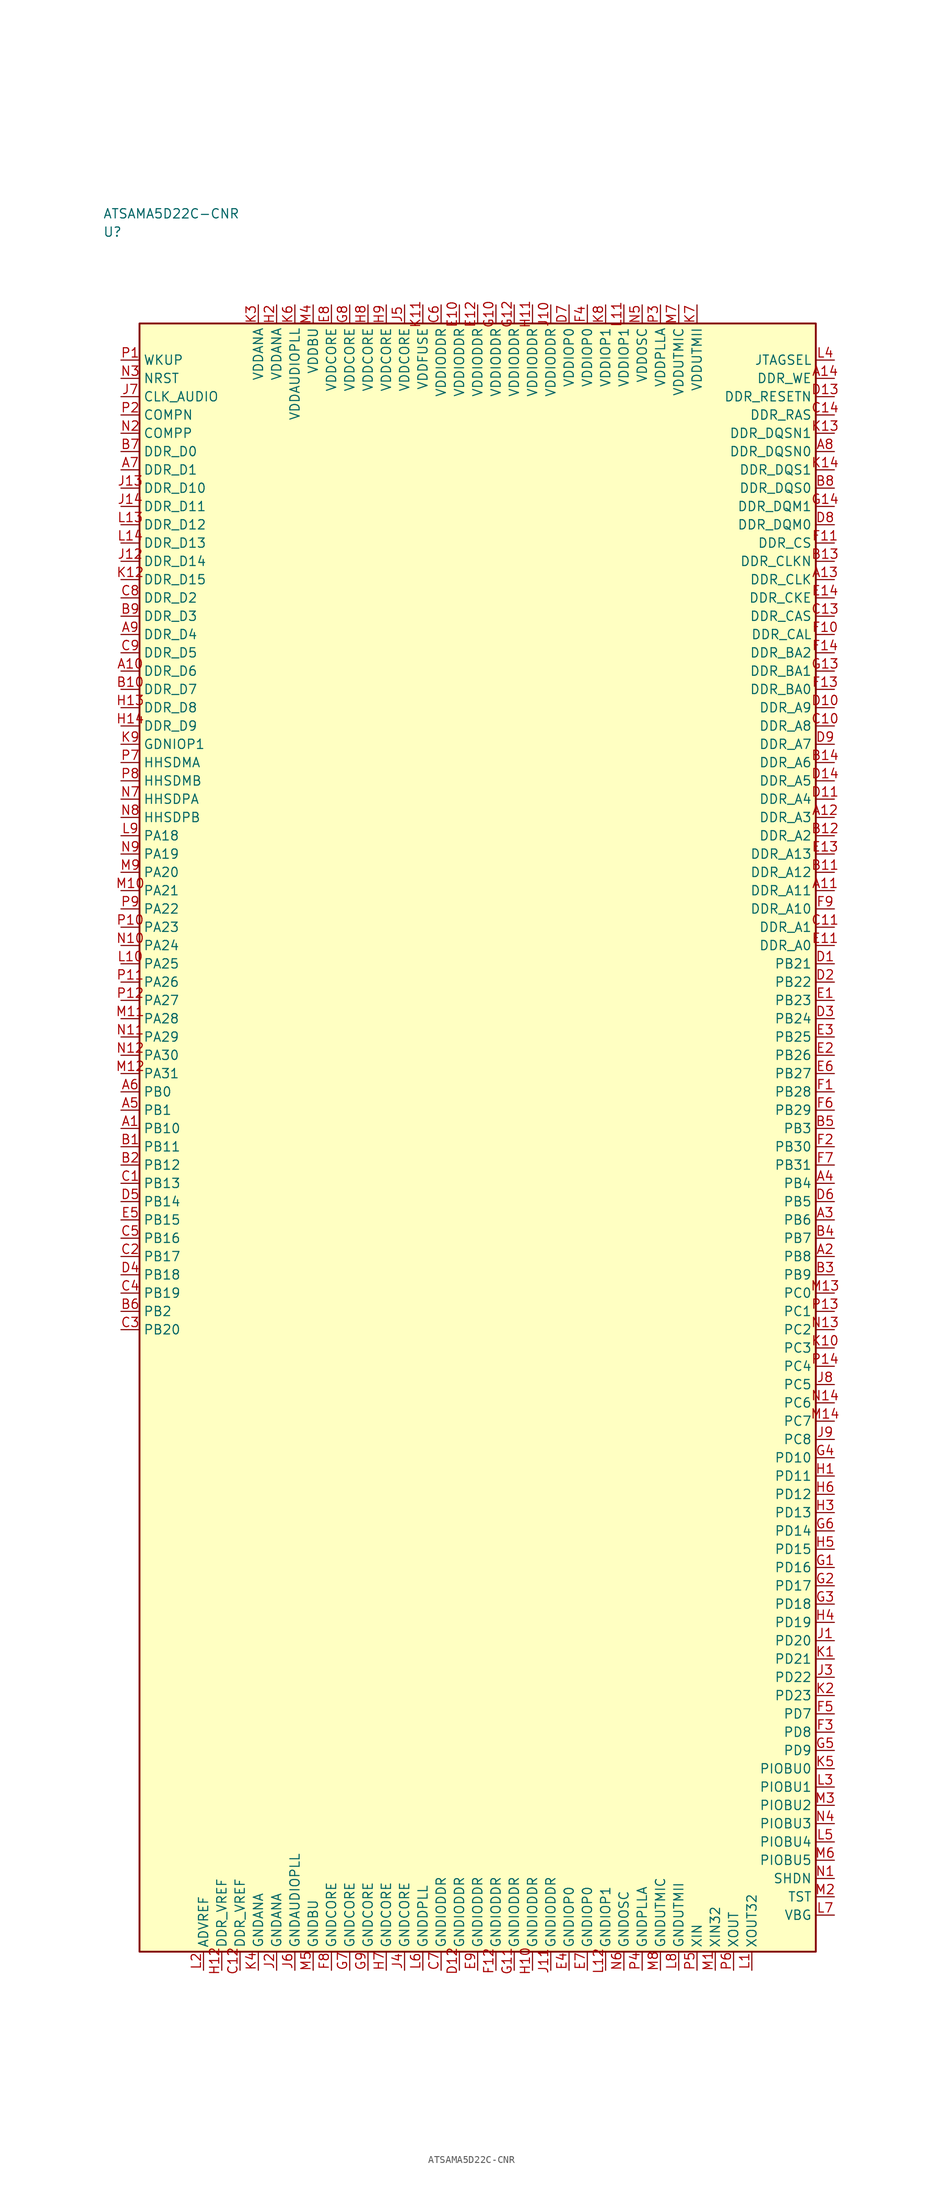
<source format=kicad_sym>
(kicad_symbol_lib
  (version 20241025)
  (generator "kicad_symbol_editor")
  (generator_version "8.0")
  (symbol "ATSAMA5D22C-CNR"
    (property "Reference" "U"
      (at -51.25 123.75 0)
      (effects (font (size 1.27 1.27)) (justify left)))
    (property "Value" "ATSAMA5D22C-CNR"
      (at -51.25 126.25 0)
      (effects (font (size 1.27 1.27)) (justify left)))
    (symbol "ATSAMA5D22C-CNR_0_1"
      (rectangle (start -46.25 111.25) (end 46.25 -111.25) (stroke (width 0.254) (type default)) (fill (type background))))
    (symbol "ATSAMA5D22C-CNR_1_1"
      (pin bidirectional line (at -48.79 41.25 0.0) (length 2.54) (name "PA18" (effects (font (size 1.27 1.27)))) (number "L9" (effects (font (size 1.27 1.27)))))
      (pin bidirectional line (at -48.79 38.75 0.0) (length 2.54) (name "PA19" (effects (font (size 1.27 1.27)))) (number "N9" (effects (font (size 1.27 1.27)))))
      (pin bidirectional line (at -48.79 36.25 0.0) (length 2.54) (name "PA20" (effects (font (size 1.27 1.27)))) (number "M9" (effects (font (size 1.27 1.27)))))
      (pin bidirectional line (at -48.79 33.75 0.0) (length 2.54) (name "PA21" (effects (font (size 1.27 1.27)))) (number "M10" (effects (font (size 1.27 1.27)))))
      (pin bidirectional line (at -48.79 31.25 0.0) (length 2.54) (name "PA22" (effects (font (size 1.27 1.27)))) (number "P9" (effects (font (size 1.27 1.27)))))
      (pin bidirectional line (at -48.79 28.75 0.0) (length 2.54) (name "PA23" (effects (font (size 1.27 1.27)))) (number "P10" (effects (font (size 1.27 1.27)))))
      (pin bidirectional line (at -48.79 26.25 0.0) (length 2.54) (name "PA24" (effects (font (size 1.27 1.27)))) (number "N10" (effects (font (size 1.27 1.27)))))
      (pin bidirectional line (at -48.79 23.75 0.0) (length 2.54) (name "PA25" (effects (font (size 1.27 1.27)))) (number "L10" (effects (font (size 1.27 1.27)))))
      (pin bidirectional line (at -48.79 21.25 0.0) (length 2.54) (name "PA26" (effects (font (size 1.27 1.27)))) (number "P11" (effects (font (size 1.27 1.27)))))
      (pin bidirectional line (at -48.79 18.75 0.0) (length 2.54) (name "PA27" (effects (font (size 1.27 1.27)))) (number "P12" (effects (font (size 1.27 1.27)))))
      (pin bidirectional line (at -48.79 16.25 0.0) (length 2.54) (name "PA28" (effects (font (size 1.27 1.27)))) (number "M11" (effects (font (size 1.27 1.27)))))
      (pin bidirectional line (at -48.79 13.75 0.0) (length 2.54) (name "PA29" (effects (font (size 1.27 1.27)))) (number "N11" (effects (font (size 1.27 1.27)))))
      (pin bidirectional line (at -48.79 11.25 0.0) (length 2.54) (name "PA30" (effects (font (size 1.27 1.27)))) (number "N12" (effects (font (size 1.27 1.27)))))
      (pin bidirectional line (at -48.79 8.75 0.0) (length 2.54) (name "PA31" (effects (font (size 1.27 1.27)))) (number "M12" (effects (font (size 1.27 1.27)))))
      (pin bidirectional line (at -48.79 6.25 0.0) (length 2.54) (name "PB0" (effects (font (size 1.27 1.27)))) (number "A6" (effects (font (size 1.27 1.27)))))
      (pin bidirectional line (at -48.79 3.75 0.0) (length 2.54) (name "PB1" (effects (font (size 1.27 1.27)))) (number "A5" (effects (font (size 1.27 1.27)))))
      (pin bidirectional line (at -48.79 -23.75 0.0) (length 2.54) (name "PB2" (effects (font (size 1.27 1.27)))) (number "B6" (effects (font (size 1.27 1.27)))))
      (pin bidirectional line (at 48.79 1.25 180.0) (length 2.54) (name "PB3" (effects (font (size 1.27 1.27)))) (number "B5" (effects (font (size 1.27 1.27)))))
      (pin bidirectional line (at 48.79 -6.25 180.0) (length 2.54) (name "PB4" (effects (font (size 1.27 1.27)))) (number "A4" (effects (font (size 1.27 1.27)))))
      (pin bidirectional line (at 48.79 -8.75 180.0) (length 2.54) (name "PB5" (effects (font (size 1.27 1.27)))) (number "D6" (effects (font (size 1.27 1.27)))))
      (pin bidirectional line (at 48.79 -11.25 180.0) (length 2.54) (name "PB6" (effects (font (size 1.27 1.27)))) (number "A3" (effects (font (size 1.27 1.27)))))
      (pin bidirectional line (at 48.79 -13.75 180.0) (length 2.54) (name "PB7" (effects (font (size 1.27 1.27)))) (number "B4" (effects (font (size 1.27 1.27)))))
      (pin bidirectional line (at 48.79 -16.25 180.0) (length 2.54) (name "PB8" (effects (font (size 1.27 1.27)))) (number "A2" (effects (font (size 1.27 1.27)))))
      (pin bidirectional line (at 48.79 -18.75 180.0) (length 2.54) (name "PB9" (effects (font (size 1.27 1.27)))) (number "B3" (effects (font (size 1.27 1.27)))))
      (pin bidirectional line (at -48.79 1.25 0.0) (length 2.54) (name "PB10" (effects (font (size 1.27 1.27)))) (number "A1" (effects (font (size 1.27 1.27)))))
      (pin bidirectional line (at -48.79 -1.25 0.0) (length 2.54) (name "PB11" (effects (font (size 1.27 1.27)))) (number "B1" (effects (font (size 1.27 1.27)))))
      (pin bidirectional line (at -48.79 -3.75 0.0) (length 2.54) (name "PB12" (effects (font (size 1.27 1.27)))) (number "B2" (effects (font (size 1.27 1.27)))))
      (pin bidirectional line (at -48.79 -6.25 0.0) (length 2.54) (name "PB13" (effects (font (size 1.27 1.27)))) (number "C1" (effects (font (size 1.27 1.27)))))
      (pin bidirectional line (at -48.79 -8.75 0.0) (length 2.54) (name "PB14" (effects (font (size 1.27 1.27)))) (number "D5" (effects (font (size 1.27 1.27)))))
      (pin bidirectional line (at -48.79 -11.25 0.0) (length 2.54) (name "PB15" (effects (font (size 1.27 1.27)))) (number "E5" (effects (font (size 1.27 1.27)))))
      (pin bidirectional line (at -48.79 -13.75 0.0) (length 2.54) (name "PB16" (effects (font (size 1.27 1.27)))) (number "C5" (effects (font (size 1.27 1.27)))))
      (pin bidirectional line (at -48.79 -16.25 0.0) (length 2.54) (name "PB17" (effects (font (size 1.27 1.27)))) (number "C2" (effects (font (size 1.27 1.27)))))
      (pin bidirectional line (at -48.79 -18.75 0.0) (length 2.54) (name "PB18" (effects (font (size 1.27 1.27)))) (number "D4" (effects (font (size 1.27 1.27)))))
      (pin bidirectional line (at -48.79 -21.25 0.0) (length 2.54) (name "PB19" (effects (font (size 1.27 1.27)))) (number "C4" (effects (font (size 1.27 1.27)))))
      (pin bidirectional line (at -48.79 -26.25 0.0) (length 2.54) (name "PB20" (effects (font (size 1.27 1.27)))) (number "C3" (effects (font (size 1.27 1.27)))))
      (pin bidirectional line (at 48.79 23.75 180.0) (length 2.54) (name "PB21" (effects (font (size 1.27 1.27)))) (number "D1" (effects (font (size 1.27 1.27)))))
      (pin bidirectional line (at 48.79 21.25 180.0) (length 2.54) (name "PB22" (effects (font (size 1.27 1.27)))) (number "D2" (effects (font (size 1.27 1.27)))))
      (pin bidirectional line (at 48.79 18.75 180.0) (length 2.54) (name "PB23" (effects (font (size 1.27 1.27)))) (number "E1" (effects (font (size 1.27 1.27)))))
      (pin bidirectional line (at 48.79 16.25 180.0) (length 2.54) (name "PB24" (effects (font (size 1.27 1.27)))) (number "D3" (effects (font (size 1.27 1.27)))))
      (pin bidirectional line (at 48.79 13.75 180.0) (length 2.54) (name "PB25" (effects (font (size 1.27 1.27)))) (number "E3" (effects (font (size 1.27 1.27)))))
      (pin bidirectional line (at 48.79 11.25 180.0) (length 2.54) (name "PB26" (effects (font (size 1.27 1.27)))) (number "E2" (effects (font (size 1.27 1.27)))))
      (pin bidirectional line (at 48.79 8.75 180.0) (length 2.54) (name "PB27" (effects (font (size 1.27 1.27)))) (number "E6" (effects (font (size 1.27 1.27)))))
      (pin bidirectional line (at 48.79 6.25 180.0) (length 2.54) (name "PB28" (effects (font (size 1.27 1.27)))) (number "F1" (effects (font (size 1.27 1.27)))))
      (pin bidirectional line (at 48.79 3.75 180.0) (length 2.54) (name "PB29" (effects (font (size 1.27 1.27)))) (number "F6" (effects (font (size 1.27 1.27)))))
      (pin bidirectional line (at 48.79 -1.25 180.0) (length 2.54) (name "PB30" (effects (font (size 1.27 1.27)))) (number "F2" (effects (font (size 1.27 1.27)))))
      (pin bidirectional line (at 48.79 -3.75 180.0) (length 2.54) (name "PB31" (effects (font (size 1.27 1.27)))) (number "F7" (effects (font (size 1.27 1.27)))))
      (pin bidirectional line (at 48.79 -21.25 180.0) (length 2.54) (name "PC0" (effects (font (size 1.27 1.27)))) (number "M13" (effects (font (size 1.27 1.27)))))
      (pin bidirectional line (at 48.79 -23.75 180.0) (length 2.54) (name "PC1" (effects (font (size 1.27 1.27)))) (number "P13" (effects (font (size 1.27 1.27)))))
      (pin bidirectional line (at 48.79 -26.25 180.0) (length 2.54) (name "PC2" (effects (font (size 1.27 1.27)))) (number "N13" (effects (font (size 1.27 1.27)))))
      (pin bidirectional line (at 48.79 -28.75 180.0) (length 2.54) (name "PC3" (effects (font (size 1.27 1.27)))) (number "K10" (effects (font (size 1.27 1.27)))))
      (pin bidirectional line (at 48.79 -31.25 180.0) (length 2.54) (name "PC4" (effects (font (size 1.27 1.27)))) (number "P14" (effects (font (size 1.27 1.27)))))
      (pin bidirectional line (at 48.79 -33.75 180.0) (length 2.54) (name "PC5" (effects (font (size 1.27 1.27)))) (number "J8" (effects (font (size 1.27 1.27)))))
      (pin bidirectional line (at 48.79 -36.25 180.0) (length 2.54) (name "PC6" (effects (font (size 1.27 1.27)))) (number "N14" (effects (font (size 1.27 1.27)))))
      (pin bidirectional line (at 48.79 -38.75 180.0) (length 2.54) (name "PC7" (effects (font (size 1.27 1.27)))) (number "M14" (effects (font (size 1.27 1.27)))))
      (pin bidirectional line (at 48.79 -41.25 180.0) (length 2.54) (name "PC8" (effects (font (size 1.27 1.27)))) (number "J9" (effects (font (size 1.27 1.27)))))
      (pin bidirectional line (at 48.79 -78.75 180.0) (length 2.54) (name "PD7" (effects (font (size 1.27 1.27)))) (number "F5" (effects (font (size 1.27 1.27)))))
      (pin bidirectional line (at 48.79 -81.25 180.0) (length 2.54) (name "PD8" (effects (font (size 1.27 1.27)))) (number "F3" (effects (font (size 1.27 1.27)))))
      (pin bidirectional line (at 48.79 -83.75 180.0) (length 2.54) (name "PD9" (effects (font (size 1.27 1.27)))) (number "G5" (effects (font (size 1.27 1.27)))))
      (pin bidirectional line (at 48.79 -43.75 180.0) (length 2.54) (name "PD10" (effects (font (size 1.27 1.27)))) (number "G4" (effects (font (size 1.27 1.27)))))
      (pin bidirectional line (at 48.79 -46.25 180.0) (length 2.54) (name "PD11" (effects (font (size 1.27 1.27)))) (number "H1" (effects (font (size 1.27 1.27)))))
      (pin bidirectional line (at 48.79 -48.75 180.0) (length 2.54) (name "PD12" (effects (font (size 1.27 1.27)))) (number "H6" (effects (font (size 1.27 1.27)))))
      (pin bidirectional line (at 48.79 -51.25 180.0) (length 2.54) (name "PD13" (effects (font (size 1.27 1.27)))) (number "H3" (effects (font (size 1.27 1.27)))))
      (pin bidirectional line (at 48.79 -53.75 180.0) (length 2.54) (name "PD14" (effects (font (size 1.27 1.27)))) (number "G6" (effects (font (size 1.27 1.27)))))
      (pin bidirectional line (at 48.79 -56.25 180.0) (length 2.54) (name "PD15" (effects (font (size 1.27 1.27)))) (number "H5" (effects (font (size 1.27 1.27)))))
      (pin bidirectional line (at 48.79 -58.75 180.0) (length 2.54) (name "PD16" (effects (font (size 1.27 1.27)))) (number "G1" (effects (font (size 1.27 1.27)))))
      (pin bidirectional line (at 48.79 -61.25 180.0) (length 2.54) (name "PD17" (effects (font (size 1.27 1.27)))) (number "G2" (effects (font (size 1.27 1.27)))))
      (pin bidirectional line (at 48.79 -63.75 180.0) (length 2.54) (name "PD18" (effects (font (size 1.27 1.27)))) (number "G3" (effects (font (size 1.27 1.27)))))
      (pin bidirectional line (at 48.79 -66.25 180.0) (length 2.54) (name "PD19" (effects (font (size 1.27 1.27)))) (number "H4" (effects (font (size 1.27 1.27)))))
      (pin bidirectional line (at 48.79 -68.75 180.0) (length 2.54) (name "PD20" (effects (font (size 1.27 1.27)))) (number "J1" (effects (font (size 1.27 1.27)))))
      (pin bidirectional line (at 48.79 -71.25 180.0) (length 2.54) (name "PD21" (effects (font (size 1.27 1.27)))) (number "K1" (effects (font (size 1.27 1.27)))))
      (pin bidirectional line (at 48.79 -73.75 180.0) (length 2.54) (name "PD22" (effects (font (size 1.27 1.27)))) (number "J3" (effects (font (size 1.27 1.27)))))
      (pin bidirectional line (at 48.79 -76.25 180.0) (length 2.54) (name "PD23" (effects (font (size 1.27 1.27)))) (number "K2" (effects (font (size 1.27 1.27)))))
      (pin power_in line (at -30.0 113.79 270.0) (length 2.54) (name "VDDANA" (effects (font (size 1.27 1.27)))) (number "K3" (effects (font (size 1.27 1.27)))))
      (pin passive line (at -30.0 -113.79 90.0) (length 2.54) (name "GNDANA" (effects (font (size 1.27 1.27)))) (number "K4" (effects (font (size 1.27 1.27)))))
      (pin passive line (at -37.5 -113.79 90.0) (length 2.54) (name "ADVREF" (effects (font (size 1.27 1.27)))) (number "L2" (effects (font (size 1.27 1.27)))))
      (pin power_in line (at -27.5 113.79 270.0) (length 2.54) (name "VDDANA" (effects (font (size 1.27 1.27)))) (number "H2" (effects (font (size 1.27 1.27)))))
      (pin passive line (at -27.5 -113.79 90.0) (length 2.54) (name "GNDANA" (effects (font (size 1.27 1.27)))) (number "J2" (effects (font (size 1.27 1.27)))))
      (pin passive line (at -35.0 -113.79 90.0) (length 2.54) (name "DDR_VREF" (effects (font (size 1.27 1.27)))) (number "H12" (effects (font (size 1.27 1.27)))))
      (pin passive line (at -32.5 -113.79 90.0) (length 2.54) (name "DDR_VREF" (effects (font (size 1.27 1.27)))) (number "C12" (effects (font (size 1.27 1.27)))))
      (pin bidirectional line (at -48.79 93.75 0.0) (length 2.54) (name "DDR_D0" (effects (font (size 1.27 1.27)))) (number "B7" (effects (font (size 1.27 1.27)))))
      (pin bidirectional line (at -48.79 91.25 0.0) (length 2.54) (name "DDR_D1" (effects (font (size 1.27 1.27)))) (number "A7" (effects (font (size 1.27 1.27)))))
      (pin bidirectional line (at -48.79 73.75 0.0) (length 2.54) (name "DDR_D2" (effects (font (size 1.27 1.27)))) (number "C8" (effects (font (size 1.27 1.27)))))
      (pin bidirectional line (at -48.79 71.25 0.0) (length 2.54) (name "DDR_D3" (effects (font (size 1.27 1.27)))) (number "B9" (effects (font (size 1.27 1.27)))))
      (pin bidirectional line (at -48.79 68.75 0.0) (length 2.54) (name "DDR_D4" (effects (font (size 1.27 1.27)))) (number "A9" (effects (font (size 1.27 1.27)))))
      (pin bidirectional line (at -48.79 66.25 0.0) (length 2.54) (name "DDR_D5" (effects (font (size 1.27 1.27)))) (number "C9" (effects (font (size 1.27 1.27)))))
      (pin bidirectional line (at -48.79 63.75 0.0) (length 2.54) (name "DDR_D6" (effects (font (size 1.27 1.27)))) (number "A10" (effects (font (size 1.27 1.27)))))
      (pin bidirectional line (at -48.79 61.25 0.0) (length 2.54) (name "DDR_D7" (effects (font (size 1.27 1.27)))) (number "B10" (effects (font (size 1.27 1.27)))))
      (pin bidirectional line (at -48.79 58.75 0.0) (length 2.54) (name "DDR_D8" (effects (font (size 1.27 1.27)))) (number "H13" (effects (font (size 1.27 1.27)))))
      (pin bidirectional line (at -48.79 56.25 0.0) (length 2.54) (name "DDR_D9" (effects (font (size 1.27 1.27)))) (number "H14" (effects (font (size 1.27 1.27)))))
      (pin bidirectional line (at -48.79 88.75 0.0) (length 2.54) (name "DDR_D10" (effects (font (size 1.27 1.27)))) (number "J13" (effects (font (size 1.27 1.27)))))
      (pin bidirectional line (at -48.79 86.25 0.0) (length 2.54) (name "DDR_D11" (effects (font (size 1.27 1.27)))) (number "J14" (effects (font (size 1.27 1.27)))))
      (pin bidirectional line (at -48.79 83.75 0.0) (length 2.54) (name "DDR_D12" (effects (font (size 1.27 1.27)))) (number "L13" (effects (font (size 1.27 1.27)))))
      (pin bidirectional line (at -48.79 81.25 0.0) (length 2.54) (name "DDR_D13" (effects (font (size 1.27 1.27)))) (number "L14" (effects (font (size 1.27 1.27)))))
      (pin bidirectional line (at -48.79 78.75 0.0) (length 2.54) (name "DDR_D14" (effects (font (size 1.27 1.27)))) (number "J12" (effects (font (size 1.27 1.27)))))
      (pin bidirectional line (at -48.79 76.25 0.0) (length 2.54) (name "DDR_D15" (effects (font (size 1.27 1.27)))) (number "K12" (effects (font (size 1.27 1.27)))))
      (pin output line (at 48.79 26.25 180.0) (length 2.54) (name "DDR_A0" (effects (font (size 1.27 1.27)))) (number "E11" (effects (font (size 1.27 1.27)))))
      (pin output line (at 48.79 28.75 180.0) (length 2.54) (name "DDR_A1" (effects (font (size 1.27 1.27)))) (number "C11" (effects (font (size 1.27 1.27)))))
      (pin output line (at 48.79 41.25 180.0) (length 2.54) (name "DDR_A2" (effects (font (size 1.27 1.27)))) (number "B12" (effects (font (size 1.27 1.27)))))
      (pin output line (at 48.79 43.75 180.0) (length 2.54) (name "DDR_A3" (effects (font (size 1.27 1.27)))) (number "A12" (effects (font (size 1.27 1.27)))))
      (pin output line (at 48.79 46.25 180.0) (length 2.54) (name "DDR_A4" (effects (font (size 1.27 1.27)))) (number "D11" (effects (font (size 1.27 1.27)))))
      (pin output line (at 48.79 48.75 180.0) (length 2.54) (name "DDR_A5" (effects (font (size 1.27 1.27)))) (number "D14" (effects (font (size 1.27 1.27)))))
      (pin output line (at 48.79 51.25 180.0) (length 2.54) (name "DDR_A6" (effects (font (size 1.27 1.27)))) (number "B14" (effects (font (size 1.27 1.27)))))
      (pin output line (at 48.79 53.75 180.0) (length 2.54) (name "DDR_A7" (effects (font (size 1.27 1.27)))) (number "D9" (effects (font (size 1.27 1.27)))))
      (pin output line (at 48.79 56.25 180.0) (length 2.54) (name "DDR_A8" (effects (font (size 1.27 1.27)))) (number "C10" (effects (font (size 1.27 1.27)))))
      (pin output line (at 48.79 58.75 180.0) (length 2.54) (name "DDR_A9" (effects (font (size 1.27 1.27)))) (number "D10" (effects (font (size 1.27 1.27)))))
      (pin output line (at 48.79 31.25 180.0) (length 2.54) (name "DDR_A10" (effects (font (size 1.27 1.27)))) (number "F9" (effects (font (size 1.27 1.27)))))
      (pin output line (at 48.79 33.75 180.0) (length 2.54) (name "DDR_A11" (effects (font (size 1.27 1.27)))) (number "A11" (effects (font (size 1.27 1.27)))))
      (pin output line (at 48.79 36.25 180.0) (length 2.54) (name "DDR_A12" (effects (font (size 1.27 1.27)))) (number "B11" (effects (font (size 1.27 1.27)))))
      (pin output line (at 48.79 38.75 180.0) (length 2.54) (name "DDR_A13" (effects (font (size 1.27 1.27)))) (number "E13" (effects (font (size 1.27 1.27)))))
      (pin output line (at 48.79 76.25 180.0) (length 2.54) (name "DDR_CLK" (effects (font (size 1.27 1.27)))) (number "A13" (effects (font (size 1.27 1.27)))))
      (pin output line (at 48.79 78.75 180.0) (length 2.54) (name "DDR_CLKN" (effects (font (size 1.27 1.27)))) (number "B13" (effects (font (size 1.27 1.27)))))
      (pin output line (at 48.79 73.75 180.0) (length 2.54) (name "DDR_CKE" (effects (font (size 1.27 1.27)))) (number "E14" (effects (font (size 1.27 1.27)))))
      (pin output line (at 48.79 101.25 180.0) (length 2.54) (name "DDR_RESETN" (effects (font (size 1.27 1.27)))) (number "D13" (effects (font (size 1.27 1.27)))))
      (pin output line (at 48.79 81.25 180.0) (length 2.54) (name "DDR_CS" (effects (font (size 1.27 1.27)))) (number "F11" (effects (font (size 1.27 1.27)))))
      (pin output line (at 48.79 103.75 180.0) (length 2.54) (name "DDR_WE" (effects (font (size 1.27 1.27)))) (number "A14" (effects (font (size 1.27 1.27)))))
      (pin output line (at 48.79 98.75 180.0) (length 2.54) (name "DDR_RAS" (effects (font (size 1.27 1.27)))) (number "C14" (effects (font (size 1.27 1.27)))))
      (pin output line (at 48.79 71.25 180.0) (length 2.54) (name "DDR_CAS" (effects (font (size 1.27 1.27)))) (number "C13" (effects (font (size 1.27 1.27)))))
      (pin output line (at 48.79 83.75 180.0) (length 2.54) (name "DDR_DQM0" (effects (font (size 1.27 1.27)))) (number "D8" (effects (font (size 1.27 1.27)))))
      (pin output line (at 48.79 86.25 180.0) (length 2.54) (name "DDR_DQM1" (effects (font (size 1.27 1.27)))) (number "G14" (effects (font (size 1.27 1.27)))))
      (pin output line (at 48.79 88.75 180.0) (length 2.54) (name "DDR_DQS0" (effects (font (size 1.27 1.27)))) (number "B8" (effects (font (size 1.27 1.27)))))
      (pin output line (at 48.79 91.25 180.0) (length 2.54) (name "DDR_DQS1" (effects (font (size 1.27 1.27)))) (number "K14" (effects (font (size 1.27 1.27)))))
      (pin output line (at 48.79 93.75 180.0) (length 2.54) (name "DDR_DQSN0" (effects (font (size 1.27 1.27)))) (number "A8" (effects (font (size 1.27 1.27)))))
      (pin output line (at 48.79 96.25 180.0) (length 2.54) (name "DDR_DQSN1" (effects (font (size 1.27 1.27)))) (number "K13" (effects (font (size 1.27 1.27)))))
      (pin output line (at 48.79 61.25 180.0) (length 2.54) (name "DDR_BA0" (effects (font (size 1.27 1.27)))) (number "F13" (effects (font (size 1.27 1.27)))))
      (pin output line (at 48.79 63.75 180.0) (length 2.54) (name "DDR_BA1" (effects (font (size 1.27 1.27)))) (number "G13" (effects (font (size 1.27 1.27)))))
      (pin output line (at 48.79 66.25 180.0) (length 2.54) (name "DDR_BA2" (effects (font (size 1.27 1.27)))) (number "F14" (effects (font (size 1.27 1.27)))))
      (pin output line (at 48.79 68.75 180.0) (length 2.54) (name "DDR_CAL" (effects (font (size 1.27 1.27)))) (number "F10" (effects (font (size 1.27 1.27)))))
      (pin power_in line (at -5.0 113.79 270.0) (length 2.54) (name "VDDIODDR" (effects (font (size 1.27 1.27)))) (number "C6" (effects (font (size 1.27 1.27)))))
      (pin power_in line (at -2.5 113.79 270.0) (length 2.54) (name "VDDIODDR" (effects (font (size 1.27 1.27)))) (number "E10" (effects (font (size 1.27 1.27)))))
      (pin power_in line (at 0.0 113.79 270.0) (length 2.54) (name "VDDIODDR" (effects (font (size 1.27 1.27)))) (number "E12" (effects (font (size 1.27 1.27)))))
      (pin power_in line (at 2.5 113.79 270.0) (length 2.54) (name "VDDIODDR" (effects (font (size 1.27 1.27)))) (number "G10" (effects (font (size 1.27 1.27)))))
      (pin power_in line (at 5.0 113.79 270.0) (length 2.54) (name "VDDIODDR" (effects (font (size 1.27 1.27)))) (number "G12" (effects (font (size 1.27 1.27)))))
      (pin power_in line (at 7.5 113.79 270.0) (length 2.54) (name "VDDIODDR" (effects (font (size 1.27 1.27)))) (number "H11" (effects (font (size 1.27 1.27)))))
      (pin power_in line (at 10.0 113.79 270.0) (length 2.54) (name "VDDIODDR" (effects (font (size 1.27 1.27)))) (number "J10" (effects (font (size 1.27 1.27)))))
      (pin passive line (at -5.0 -113.79 90.0) (length 2.54) (name "GNDIODDR" (effects (font (size 1.27 1.27)))) (number "C7" (effects (font (size 1.27 1.27)))))
      (pin passive line (at -2.5 -113.79 90.0) (length 2.54) (name "GNDIODDR" (effects (font (size 1.27 1.27)))) (number "D12" (effects (font (size 1.27 1.27)))))
      (pin passive line (at 0.0 -113.79 90.0) (length 2.54) (name "GNDIODDR" (effects (font (size 1.27 1.27)))) (number "E9" (effects (font (size 1.27 1.27)))))
      (pin passive line (at 2.5 -113.79 90.0) (length 2.54) (name "GNDIODDR" (effects (font (size 1.27 1.27)))) (number "F12" (effects (font (size 1.27 1.27)))))
      (pin passive line (at 5.0 -113.79 90.0) (length 2.54) (name "GNDIODDR" (effects (font (size 1.27 1.27)))) (number "G11" (effects (font (size 1.27 1.27)))))
      (pin passive line (at 7.5 -113.79 90.0) (length 2.54) (name "GNDIODDR" (effects (font (size 1.27 1.27)))) (number "H10" (effects (font (size 1.27 1.27)))))
      (pin passive line (at 10.0 -113.79 90.0) (length 2.54) (name "GNDIODDR" (effects (font (size 1.27 1.27)))) (number "J11" (effects (font (size 1.27 1.27)))))
      (pin power_in line (at -20.0 113.79 270.0) (length 2.54) (name "VDDCORE" (effects (font (size 1.27 1.27)))) (number "E8" (effects (font (size 1.27 1.27)))))
      (pin power_in line (at -17.5 113.79 270.0) (length 2.54) (name "VDDCORE" (effects (font (size 1.27 1.27)))) (number "G8" (effects (font (size 1.27 1.27)))))
      (pin power_in line (at -15.0 113.79 270.0) (length 2.54) (name "VDDCORE" (effects (font (size 1.27 1.27)))) (number "H8" (effects (font (size 1.27 1.27)))))
      (pin power_in line (at -12.5 113.79 270.0) (length 2.54) (name "VDDCORE" (effects (font (size 1.27 1.27)))) (number "H9" (effects (font (size 1.27 1.27)))))
      (pin power_in line (at -10.0 113.79 270.0) (length 2.54) (name "VDDCORE" (effects (font (size 1.27 1.27)))) (number "J5" (effects (font (size 1.27 1.27)))))
      (pin passive line (at -20.0 -113.79 90.0) (length 2.54) (name "GNDCORE" (effects (font (size 1.27 1.27)))) (number "F8" (effects (font (size 1.27 1.27)))))
      (pin passive line (at -17.5 -113.79 90.0) (length 2.54) (name "GNDCORE" (effects (font (size 1.27 1.27)))) (number "G7" (effects (font (size 1.27 1.27)))))
      (pin passive line (at -15.0 -113.79 90.0) (length 2.54) (name "GNDCORE" (effects (font (size 1.27 1.27)))) (number "G9" (effects (font (size 1.27 1.27)))))
      (pin passive line (at -12.5 -113.79 90.0) (length 2.54) (name "GNDCORE" (effects (font (size 1.27 1.27)))) (number "H7" (effects (font (size 1.27 1.27)))))
      (pin passive line (at -10.0 -113.79 90.0) (length 2.54) (name "GNDCORE" (effects (font (size 1.27 1.27)))) (number "J4" (effects (font (size 1.27 1.27)))))
      (pin power_in line (at 12.5 113.79 270.0) (length 2.54) (name "VDDIOP0" (effects (font (size 1.27 1.27)))) (number "D7" (effects (font (size 1.27 1.27)))))
      (pin power_in line (at 15.0 113.79 270.0) (length 2.54) (name "VDDIOP0" (effects (font (size 1.27 1.27)))) (number "F4" (effects (font (size 1.27 1.27)))))
      (pin passive line (at 12.5 -113.79 90.0) (length 2.54) (name "GNDIOP0" (effects (font (size 1.27 1.27)))) (number "E4" (effects (font (size 1.27 1.27)))))
      (pin passive line (at 15.0 -113.79 90.0) (length 2.54) (name "GNDIOP0" (effects (font (size 1.27 1.27)))) (number "E7" (effects (font (size 1.27 1.27)))))
      (pin power_in line (at 17.5 113.79 270.0) (length 2.54) (name "VDDIOP1" (effects (font (size 1.27 1.27)))) (number "K8" (effects (font (size 1.27 1.27)))))
      (pin power_in line (at 20.0 113.79 270.0) (length 2.54) (name "VDDIOP1" (effects (font (size 1.27 1.27)))) (number "L11" (effects (font (size 1.27 1.27)))))
      (pin bidirectional line (at -48.79 53.75 0.0) (length 2.54) (name "GDNIOP1" (effects (font (size 1.27 1.27)))) (number "K9" (effects (font (size 1.27 1.27)))))
      (pin passive line (at 17.5 -113.79 90.0) (length 2.54) (name "GNDIOP1" (effects (font (size 1.27 1.27)))) (number "L12" (effects (font (size 1.27 1.27)))))
      (pin power_in line (at -7.5 113.79 270.0) (length 2.54) (name "VDDFUSE" (effects (font (size 1.27 1.27)))) (number "K11" (effects (font (size 1.27 1.27)))))
      (pin power_in line (at 25.0 113.79 270.0) (length 2.54) (name "VDDPLLA" (effects (font (size 1.27 1.27)))) (number "P3" (effects (font (size 1.27 1.27)))))
      (pin passive line (at 22.5 -113.79 90.0) (length 2.54) (name "GNDPLLA" (effects (font (size 1.27 1.27)))) (number "P4" (effects (font (size 1.27 1.27)))))
      (pin power_in line (at -25.0 113.79 270.0) (length 2.54) (name "VDDAUDIOPLL" (effects (font (size 1.27 1.27)))) (number "K6" (effects (font (size 1.27 1.27)))))
      (pin passive line (at -7.5 -113.79 90.0) (length 2.54) (name "GNDDPLL" (effects (font (size 1.27 1.27)))) (number "L6" (effects (font (size 1.27 1.27)))))
      (pin passive line (at -25.0 -113.79 90.0) (length 2.54) (name "GNDAUDIOPLL" (effects (font (size 1.27 1.27)))) (number "J6" (effects (font (size 1.27 1.27)))))
      (pin bidirectional line (at -48.79 101.25 0.0) (length 2.54) (name "CLK_AUDIO" (effects (font (size 1.27 1.27)))) (number "J7" (effects (font (size 1.27 1.27)))))
      (pin passive line (at 30.0 -113.79 90.0) (length 2.54) (name "XIN" (effects (font (size 1.27 1.27)))) (number "P5" (effects (font (size 1.27 1.27)))))
      (pin passive line (at 35.0 -113.79 90.0) (length 2.54) (name "XOUT" (effects (font (size 1.27 1.27)))) (number "P6" (effects (font (size 1.27 1.27)))))
      (pin power_in line (at 22.5 113.79 270.0) (length 2.54) (name "VDDOSC" (effects (font (size 1.27 1.27)))) (number "N5" (effects (font (size 1.27 1.27)))))
      (pin passive line (at 20.0 -113.79 90.0) (length 2.54) (name "GNDOSC" (effects (font (size 1.27 1.27)))) (number "N6" (effects (font (size 1.27 1.27)))))
      (pin power_in line (at 30.0 113.79 270.0) (length 2.54) (name "VDDUTMII" (effects (font (size 1.27 1.27)))) (number "K7" (effects (font (size 1.27 1.27)))))
      (pin passive line (at 27.5 -113.79 90.0) (length 2.54) (name "GNDUTMII" (effects (font (size 1.27 1.27)))) (number "L8" (effects (font (size 1.27 1.27)))))
      (pin bidirectional line (at -48.79 46.25 0.0) (length 2.54) (name "HHSDPA" (effects (font (size 1.27 1.27)))) (number "N7" (effects (font (size 1.27 1.27)))))
      (pin bidirectional line (at -48.79 51.25 0.0) (length 2.54) (name "HHSDMA" (effects (font (size 1.27 1.27)))) (number "P7" (effects (font (size 1.27 1.27)))))
      (pin bidirectional line (at -48.79 43.75 0.0) (length 2.54) (name "HHSDPB" (effects (font (size 1.27 1.27)))) (number "N8" (effects (font (size 1.27 1.27)))))
      (pin bidirectional line (at -48.79 48.75 0.0) (length 2.54) (name "HHSDMB" (effects (font (size 1.27 1.27)))) (number "P8" (effects (font (size 1.27 1.27)))))
      (pin power_in line (at 27.5 113.79 270.0) (length 2.54) (name "VDDUTMIC" (effects (font (size 1.27 1.27)))) (number "M7" (effects (font (size 1.27 1.27)))))
      (pin passive line (at 25.0 -113.79 90.0) (length 2.54) (name "GNDUTMIC" (effects (font (size 1.27 1.27)))) (number "M8" (effects (font (size 1.27 1.27)))))
      (pin bidirectional line (at 48.79 -106.25 180.0) (length 2.54) (name "VBG" (effects (font (size 1.27 1.27)))) (number "L7" (effects (font (size 1.27 1.27)))))
      (pin bidirectional line (at 48.79 -103.75 180.0) (length 2.54) (name "TST" (effects (font (size 1.27 1.27)))) (number "M2" (effects (font (size 1.27 1.27)))))
      (pin input line (at -48.79 103.75 0.0) (length 2.54) (name "NRST" (effects (font (size 1.27 1.27)))) (number "N3" (effects (font (size 1.27 1.27)))))
      (pin output line (at 48.79 106.25 180.0) (length 2.54) (name "JTAGSEL" (effects (font (size 1.27 1.27)))) (number "L4" (effects (font (size 1.27 1.27)))))
      (pin input line (at -48.79 106.25 0.0) (length 2.54) (name "WKUP" (effects (font (size 1.27 1.27)))) (number "P1" (effects (font (size 1.27 1.27)))))
      (pin bidirectional line (at 48.79 -101.25 180.0) (length 2.54) (name "SHDN" (effects (font (size 1.27 1.27)))) (number "N1" (effects (font (size 1.27 1.27)))))
      (pin bidirectional line (at 48.79 -86.25 180.0) (length 2.54) (name "PIOBU0" (effects (font (size 1.27 1.27)))) (number "K5" (effects (font (size 1.27 1.27)))))
      (pin bidirectional line (at 48.79 -88.75 180.0) (length 2.54) (name "PIOBU1" (effects (font (size 1.27 1.27)))) (number "L3" (effects (font (size 1.27 1.27)))))
      (pin bidirectional line (at 48.79 -91.25 180.0) (length 2.54) (name "PIOBU2" (effects (font (size 1.27 1.27)))) (number "M3" (effects (font (size 1.27 1.27)))))
      (pin bidirectional line (at 48.79 -93.75 180.0) (length 2.54) (name "PIOBU3" (effects (font (size 1.27 1.27)))) (number "N4" (effects (font (size 1.27 1.27)))))
      (pin bidirectional line (at 48.79 -96.25 180.0) (length 2.54) (name "PIOBU4" (effects (font (size 1.27 1.27)))) (number "L5" (effects (font (size 1.27 1.27)))))
      (pin bidirectional line (at 48.79 -98.75 180.0) (length 2.54) (name "PIOBU5" (effects (font (size 1.27 1.27)))) (number "M6" (effects (font (size 1.27 1.27)))))
      (pin power_in line (at -22.5 113.79 270.0) (length 2.54) (name "VDDBU" (effects (font (size 1.27 1.27)))) (number "M4" (effects (font (size 1.27 1.27)))))
      (pin passive line (at -22.5 -113.79 90.0) (length 2.54) (name "GNDBU" (effects (font (size 1.27 1.27)))) (number "M5" (effects (font (size 1.27 1.27)))))
      (pin passive line (at 32.5 -113.79 90.0) (length 2.54) (name "XIN32" (effects (font (size 1.27 1.27)))) (number "M1" (effects (font (size 1.27 1.27)))))
      (pin passive line (at 37.5 -113.79 90.0) (length 2.54) (name "XOUT32" (effects (font (size 1.27 1.27)))) (number "L1" (effects (font (size 1.27 1.27)))))
      (pin bidirectional line (at -48.79 96.25 0.0) (length 2.54) (name "COMPP" (effects (font (size 1.27 1.27)))) (number "N2" (effects (font (size 1.27 1.27)))))
      (pin bidirectional line (at -48.79 98.75 0.0) (length 2.54) (name "COMPN" (effects (font (size 1.27 1.27)))) (number "P2" (effects (font (size 1.27 1.27))))))))
</source>
